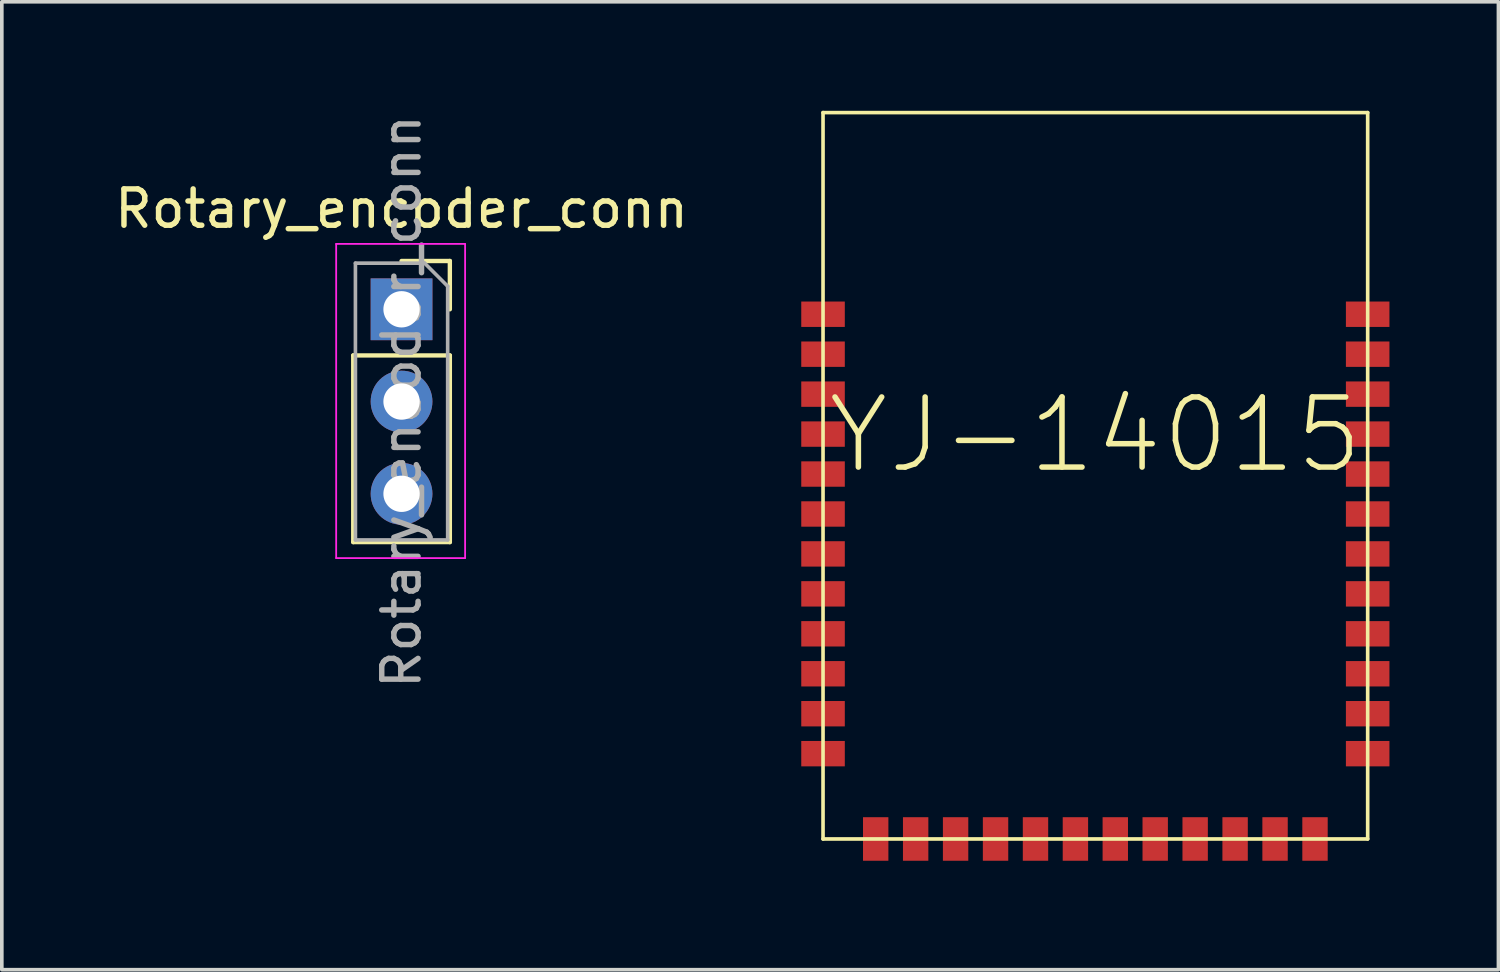
<source format=kicad_pcb>
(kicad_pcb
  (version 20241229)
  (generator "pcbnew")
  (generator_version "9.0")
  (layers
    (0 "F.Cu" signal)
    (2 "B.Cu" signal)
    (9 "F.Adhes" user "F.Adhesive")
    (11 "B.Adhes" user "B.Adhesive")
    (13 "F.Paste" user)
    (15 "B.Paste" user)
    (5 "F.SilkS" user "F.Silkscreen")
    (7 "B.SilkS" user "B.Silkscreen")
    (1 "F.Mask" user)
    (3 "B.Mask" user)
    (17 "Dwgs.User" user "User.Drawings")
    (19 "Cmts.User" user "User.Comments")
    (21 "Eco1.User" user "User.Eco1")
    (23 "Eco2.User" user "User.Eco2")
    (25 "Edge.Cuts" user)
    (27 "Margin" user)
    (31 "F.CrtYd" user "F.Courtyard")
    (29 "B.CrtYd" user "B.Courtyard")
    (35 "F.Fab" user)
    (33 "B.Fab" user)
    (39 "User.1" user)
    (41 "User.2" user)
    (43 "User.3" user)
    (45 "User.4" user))
  (footprint "YJ-14015"
    (layer "F.Cu")
    (at 27.109 20.05)
    (property "Reference" "YJ-14015" (at 0 -11.125 0) (layer "F.SilkS") (effects (font (size 1.93 1.93) (thickness 0.152))))
    (attr smd)
    (fp_line (start -7.498 -20) (end -7.498 0) (stroke (width 0.1) (type solid)) (layer "F.SilkS"))
    (fp_line (start -7.498 0) (end 7.498 0) (stroke (width 0.1) (type solid)) (layer "F.SilkS"))
    (fp_line (start 7.498 -20) (end -7.498 -20) (stroke (width 0.1) (type solid)) (layer "F.SilkS"))
    (fp_line (start 7.498 0) (end 7.498 -20) (stroke (width 0.1) (type solid)) (layer "F.SilkS"))
    (pad "1" smd rect (at -7.498 -14.448 90) (size 0.699 1.199) (layers "F.Cu" "F.Mask" "F.Paste"))
    (pad "2" smd rect (at -7.498 -13.348 90) (size 0.699 1.199) (layers "F.Cu" "F.Mask" "F.Paste"))
    (pad "3" smd rect (at -7.498 -12.248 90) (size 0.699 1.199) (layers "F.Cu" "F.Mask" "F.Paste"))
    (pad "4" smd rect (at -7.498 -11.148 90) (size 0.699 1.199) (layers "F.Cu" "F.Mask" "F.Paste"))
    (pad "5" smd rect (at -7.498 -10.048 90) (size 0.699 1.199) (layers "F.Cu" "F.Mask" "F.Paste"))
    (pad "6" smd rect (at -7.498 -8.948 90) (size 0.699 1.199) (layers "F.Cu" "F.Mask" "F.Paste"))
    (pad "7" smd rect (at -7.498 -7.849 90) (size 0.699 1.199) (layers "F.Cu" "F.Mask" "F.Paste"))
    (pad "8" smd rect (at -7.498 -6.749 90) (size 0.699 1.199) (layers "F.Cu" "F.Mask" "F.Paste"))
    (pad "9" smd rect (at -7.498 -5.649 90) (size 0.699 1.199) (layers "F.Cu" "F.Mask" "F.Paste"))
    (pad "10" smd rect (at -7.498 -4.549 90) (size 0.699 1.199) (layers "F.Cu" "F.Mask" "F.Paste"))
    (pad "11" smd rect (at -7.498 -3.449 90) (size 0.699 1.199) (layers "F.Cu" "F.Mask" "F.Paste"))
    (pad "12" smd rect (at -7.498 -2.349 90) (size 0.699 1.199) (layers "F.Cu" "F.Mask" "F.Paste"))
    (pad "13" smd rect (at -6.048 0 90) (size 1.199 0.699) (layers "F.Cu" "F.Mask" "F.Paste"))
    (pad "14" smd rect (at -4.948 0 90) (size 1.199 0.699) (layers "F.Cu" "F.Mask" "F.Paste"))
    (pad "15" smd rect (at -3.848 0 90) (size 1.199 0.699) (layers "F.Cu" "F.Mask" "F.Paste"))
    (pad "16" smd rect (at -2.748 0 90) (size 1.199 0.699) (layers "F.Cu" "F.Mask" "F.Paste"))
    (pad "17" smd rect (at -1.648 0 90) (size 1.199 0.699) (layers "F.Cu" "F.Mask" "F.Paste"))
    (pad "18" smd rect (at -0.549 0 90) (size 1.199 0.699) (layers "F.Cu" "F.Mask" "F.Paste"))
    (pad "19" smd rect (at 0.549 0 90) (size 1.199 0.699) (layers "F.Cu" "F.Mask" "F.Paste"))
    (pad "20" smd rect (at 1.648 0 90) (size 1.199 0.699) (layers "F.Cu" "F.Mask" "F.Paste"))
    (pad "21" smd rect (at 2.748 0 90) (size 1.199 0.699) (layers "F.Cu" "F.Mask" "F.Paste"))
    (pad "22" smd rect (at 3.848 0 90) (size 1.199 0.699) (layers "F.Cu" "F.Mask" "F.Paste"))
    (pad "23" smd rect (at 4.948 0 90) (size 1.199 0.699) (layers "F.Cu" "F.Mask" "F.Paste"))
    (pad "24" smd rect (at 6.048 0 90) (size 1.199 0.699) (layers "F.Cu" "F.Mask" "F.Paste"))
    (pad "25" smd rect (at 7.498 -2.349 90) (size 0.699 1.199) (layers "F.Cu" "F.Mask" "F.Paste"))
    (pad "26" smd rect (at 7.498 -3.449 90) (size 0.699 1.199) (layers "F.Cu" "F.Mask" "F.Paste"))
    (pad "27" smd rect (at 7.498 -4.549 90) (size 0.699 1.199) (layers "F.Cu" "F.Mask" "F.Paste"))
    (pad "28" smd rect (at 7.498 -5.649 90) (size 0.699 1.199) (layers "F.Cu" "F.Mask" "F.Paste"))
    (pad "29" smd rect (at 7.498 -6.749 90) (size 0.699 1.199) (layers "F.Cu" "F.Mask" "F.Paste"))
    (pad "30" smd rect (at 7.498 -7.849 90) (size 0.699 1.199) (layers "F.Cu" "F.Mask" "F.Paste"))
    (pad "31" smd rect (at 7.498 -8.948 90) (size 0.699 1.199) (layers "F.Cu" "F.Mask" "F.Paste"))
    (pad "32" smd rect (at 7.498 -10.048 90) (size 0.699 1.199) (layers "F.Cu" "F.Mask" "F.Paste"))
    (pad "33" smd rect (at 7.498 -11.148 90) (size 0.699 1.199) (layers "F.Cu" "F.Mask" "F.Paste"))
    (pad "34" smd rect (at 7.498 -12.248 90) (size 0.699 1.199) (layers "F.Cu" "F.Mask" "F.Paste"))
    (pad "35" smd rect (at 7.498 -13.348 90) (size 0.699 1.199) (layers "F.Cu" "F.Mask" "F.Paste"))
    (pad "36" smd rect (at 7.498 -14.448 90) (size 0.699 1.199) (layers "F.Cu" "F.Mask" "F.Paste")))
  (footprint "Rotary_encoder_conn"
    (layer "F.Cu")
    (at 8.006 5.466)
    (property "Reference" "Rotary_encoder_conn" (at 0 -2.77 0) (layer "F.SilkS") (effects (font (size 1 1) (thickness 0.15))))
    (attr through_hole)
    (fp_line (start -1.33 1.27) (end -1.33 6.41) (stroke (width 0.12) (type solid)) (layer "F.SilkS"))
    (fp_line (start -1.33 1.27) (end 1.33 1.27) (stroke (width 0.12) (type solid)) (layer "F.SilkS"))
    (fp_line (start -1.33 6.41) (end 1.33 6.41) (stroke (width 0.12) (type solid)) (layer "F.SilkS"))
    (fp_line (start 0 -1.33) (end 1.33 -1.33) (stroke (width 0.12) (type solid)) (layer "F.SilkS"))
    (fp_line (start 1.33 -1.33) (end 1.33 0) (stroke (width 0.12) (type solid)) (layer "F.SilkS"))
    (fp_line (start 1.33 1.27) (end 1.33 6.41) (stroke (width 0.12) (type solid)) (layer "F.SilkS"))
    (fp_line (start -1.8 -1.8) (end 1.75 -1.8) (stroke (width 0.05) (type solid)) (layer "F.CrtYd"))
    (fp_line (start -1.8 6.85) (end -1.8 -1.8) (stroke (width 0.05) (type solid)) (layer "F.CrtYd"))
    (fp_line (start 1.75 -1.8) (end 1.75 6.85) (stroke (width 0.05) (type solid)) (layer "F.CrtYd"))
    (fp_line (start 1.75 6.85) (end -1.8 6.85) (stroke (width 0.05) (type solid)) (layer "F.CrtYd"))
    (fp_line (start -1.27 -1.27) (end 0.635 -1.27) (stroke (width 0.1) (type solid)) (layer "F.Fab"))
    (fp_line (start -1.27 6.35) (end -1.27 -1.27) (stroke (width 0.1) (type solid)) (layer "F.Fab"))
    (fp_line (start 0.635 -1.27) (end 1.27 -0.635) (stroke (width 0.1) (type solid)) (layer "F.Fab"))
    (fp_line (start 1.27 -0.635) (end 1.27 6.35) (stroke (width 0.1) (type solid)) (layer "F.Fab"))
    (fp_line (start 1.27 6.35) (end -1.27 6.35) (stroke (width 0.1) (type solid)) (layer "F.Fab"))
    (fp_text user "${REFERENCE}" (at 0 2.54 90) (layer "F.Fab") (effects (font (size 1 1) (thickness 0.15))))
    (pad "A" thru_hole oval (at 0 5.08) (size 1.7 1.7) (drill 1) (layers "*.Cu" "*.Mask"))
    (pad "B" thru_hole oval (at 0 2.54) (size 1.7 1.7) (drill 1) (layers "*.Cu" "*.Mask"))
    (pad "C" thru_hole rect (at 0 0) (size 1.7 1.7) (drill 1) (layers "*.Cu" "*.Mask")))
  (gr_rect
    (start -3 -3)
    (end 38.207 23.649)
    (stroke (width 0.1) (type default))
    (fill no)
    (layer "Edge.Cuts")))
</source>
